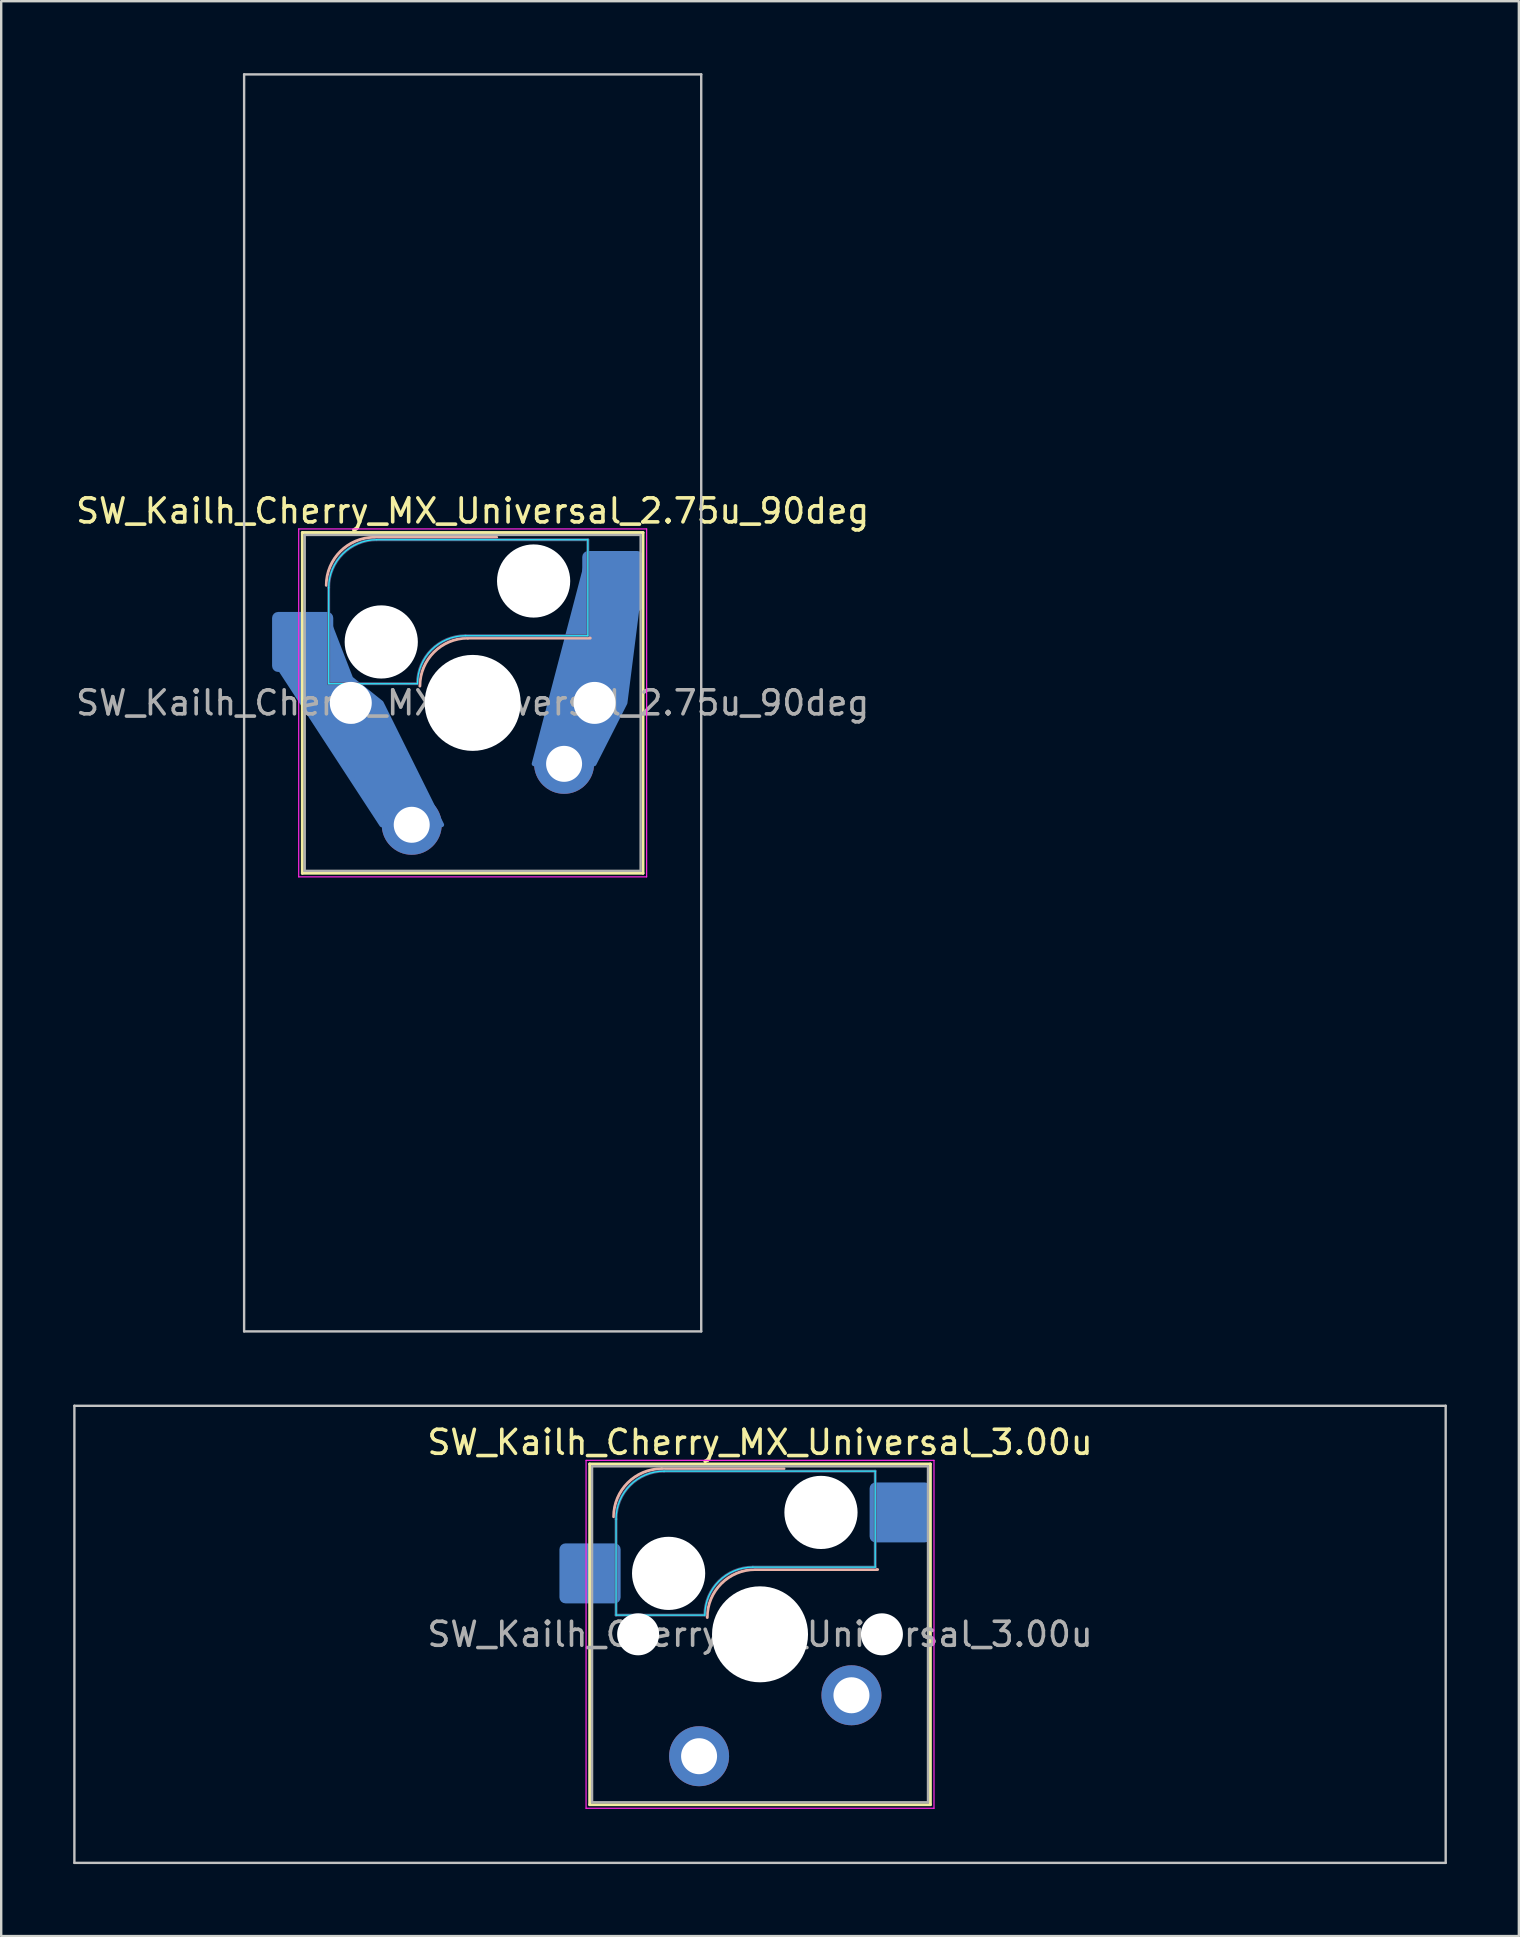
<source format=kicad_pcb>
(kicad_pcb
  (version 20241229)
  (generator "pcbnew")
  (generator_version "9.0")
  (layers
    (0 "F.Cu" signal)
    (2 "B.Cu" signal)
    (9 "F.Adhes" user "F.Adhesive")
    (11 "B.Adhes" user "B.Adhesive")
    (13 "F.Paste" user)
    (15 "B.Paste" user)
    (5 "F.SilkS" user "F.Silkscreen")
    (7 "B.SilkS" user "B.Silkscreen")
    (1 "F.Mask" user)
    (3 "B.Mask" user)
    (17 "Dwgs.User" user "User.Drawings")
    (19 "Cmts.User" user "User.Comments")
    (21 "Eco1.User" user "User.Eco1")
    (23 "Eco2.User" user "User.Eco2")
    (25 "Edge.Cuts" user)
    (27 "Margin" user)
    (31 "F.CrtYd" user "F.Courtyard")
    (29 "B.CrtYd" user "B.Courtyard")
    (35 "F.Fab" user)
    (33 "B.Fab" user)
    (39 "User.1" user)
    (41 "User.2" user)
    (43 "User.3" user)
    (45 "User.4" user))
  (footprint "SW_Kailh_Cherry_MX_Universal_2.75u_90deg"
    (layer "F.Cu")
    (at 16.649 26.244)
    (property "Reference" "SW_Kailh_Cherry_MX_Universal_2.75u_90deg" (at 0 -8 0) (layer "F.SilkS") (effects (font (size 1 1) (thickness 0.15))))
    (attr through_hole)
    (fp_poly (pts (xy 6.867 -4.08) (xy 6.35 0) (xy 5.06 2.54) (xy 2.56 2.54) (xy 4.817 -6.08)) (stroke (width 0.2) (type solid)) (fill yes) (layer "B.Cu"))
    (fp_poly (pts (xy -5.08 -1.015) (xy -3.81 0) (xy -1.29 5.08) (xy -3.79 5.08) (xy -8.11 -1.54) (xy -6.06 -3.54)) (stroke (width 0.2) (type solid)) (fill yes) (layer "B.Cu"))
    (fp_line (start -7.1 -7.1) (end -7.1 7.1) (stroke (width 0.12) (type solid)) (layer "F.SilkS"))
    (fp_line (start -7.1 7.1) (end 7.1 7.1) (stroke (width 0.12) (type solid)) (layer "F.SilkS"))
    (fp_line (start 7.1 -7.1) (end -7.1 -7.1) (stroke (width 0.12) (type solid)) (layer "F.SilkS"))
    (fp_line (start 7.1 7.1) (end 7.1 -7.1) (stroke (width 0.12) (type solid)) (layer "F.SilkS"))
    (fp_line (start -4.1 -6.9) (end 1 -6.9) (stroke (width 0.12) (type solid)) (layer "B.SilkS"))
    (fp_line (start -0.2 -2.7) (end 4.9 -2.7) (stroke (width 0.12) (type solid)) (layer "B.SilkS"))
    (fp_arc (start -6.1 -4.9) (mid -5.514214 -6.314214) (end -4.1 -6.9) (stroke (width 0.12) (type solid)) (layer "B.SilkS"))
    (fp_arc (start -2.2 -0.7) (mid -1.614214 -2.114214) (end -0.2 -2.7) (stroke (width 0.12) (type solid)) (layer "B.SilkS"))
    (fp_line (start -9.525 -26.194) (end 9.525 -26.194) (stroke (width 0.1) (type solid)) (layer "Dwgs.User"))
    (fp_line (start -9.525 26.194) (end -9.525 -26.194) (stroke (width 0.1) (type solid)) (layer "Dwgs.User"))
    (fp_line (start 9.525 -26.194) (end 9.525 26.194) (stroke (width 0.1) (type solid)) (layer "Dwgs.User"))
    (fp_line (start 9.525 26.194) (end -9.525 26.194) (stroke (width 0.1) (type solid)) (layer "Dwgs.User"))
    (fp_line (start -7.8 -6) (end -7 -6) (stroke (width 0.1) (type solid)) (layer "Eco1.User"))
    (fp_line (start -7.8 -2.9) (end -7.8 -6) (stroke (width 0.1) (type solid)) (layer "Eco1.User"))
    (fp_line (start -7.8 2.9) (end -7 2.9) (stroke (width 0.1) (type solid)) (layer "Eco1.User"))
    (fp_line (start -7.8 6) (end -7.8 2.9) (stroke (width 0.1) (type solid)) (layer "Eco1.User"))
    (fp_line (start -7 -7) (end 7 -7) (stroke (width 0.1) (type solid)) (layer "Eco1.User"))
    (fp_line (start -7 -6) (end -7 -7) (stroke (width 0.1) (type solid)) (layer "Eco1.User"))
    (fp_line (start -7 -2.9) (end -7.8 -2.9) (stroke (width 0.1) (type solid)) (layer "Eco1.User"))
    (fp_line (start -7 2.9) (end -7 -2.9) (stroke (width 0.1) (type solid)) (layer "Eco1.User"))
    (fp_line (start -7 6) (end -7.8 6) (stroke (width 0.1) (type solid)) (layer "Eco1.User"))
    (fp_line (start -7 7) (end -7 6) (stroke (width 0.1) (type solid)) (layer "Eco1.User"))
    (fp_line (start 7 -7) (end 7 -6) (stroke (width 0.1) (type solid)) (layer "Eco1.User"))
    (fp_line (start 7 -6) (end 7.8 -6) (stroke (width 0.1) (type solid)) (layer "Eco1.User"))
    (fp_line (start 7 -2.9) (end 7 2.9) (stroke (width 0.1) (type solid)) (layer "Eco1.User"))
    (fp_line (start 7 2.9) (end 7.8 2.9) (stroke (width 0.1) (type solid)) (layer "Eco1.User"))
    (fp_line (start 7 6) (end 7 7) (stroke (width 0.1) (type solid)) (layer "Eco1.User"))
    (fp_line (start 7 7) (end -7 7) (stroke (width 0.1) (type solid)) (layer "Eco1.User"))
    (fp_line (start 7.8 -6) (end 7.8 -2.9) (stroke (width 0.1) (type solid)) (layer "Eco1.User"))
    (fp_line (start 7.8 -2.9) (end 7 -2.9) (stroke (width 0.1) (type solid)) (layer "Eco1.User"))
    (fp_line (start 7.8 2.9) (end 7.8 6) (stroke (width 0.1) (type solid)) (layer "Eco1.User"))
    (fp_line (start 7.8 6) (end 7 6) (stroke (width 0.1) (type solid)) (layer "Eco1.User"))
    (fp_line (start -6 -0.8) (end -6 -4.8) (stroke (width 0.05) (type solid)) (layer "B.CrtYd"))
    (fp_line (start -6 -0.8) (end -2.3 -0.8) (stroke (width 0.05) (type solid)) (layer "B.CrtYd"))
    (fp_line (start -4 -6.8) (end 4.8 -6.8) (stroke (width 0.05) (type solid)) (layer "B.CrtYd"))
    (fp_line (start -0.3 -2.8) (end 4.8 -2.8) (stroke (width 0.05) (type solid)) (layer "B.CrtYd"))
    (fp_line (start 4.8 -6.8) (end 4.8 -2.8) (stroke (width 0.05) (type solid)) (layer "B.CrtYd"))
    (fp_arc (start -6 -4.8) (mid -5.414214 -6.214214) (end -4 -6.8) (stroke (width 0.05) (type solid)) (layer "B.CrtYd"))
    (fp_arc (start -2.3 -0.8) (mid -1.714214 -2.214214) (end -0.3 -2.8) (stroke (width 0.05) (type solid)) (layer "B.CrtYd"))
    (fp_line (start -7.25 -7.25) (end -7.25 7.25) (stroke (width 0.05) (type solid)) (layer "F.CrtYd"))
    (fp_line (start -7.25 7.25) (end 7.25 7.25) (stroke (width 0.05) (type solid)) (layer "F.CrtYd"))
    (fp_line (start 7.25 -7.25) (end -7.25 -7.25) (stroke (width 0.05) (type solid)) (layer "F.CrtYd"))
    (fp_line (start 7.25 7.25) (end 7.25 -7.25) (stroke (width 0.05) (type solid)) (layer "F.CrtYd"))
    (fp_line (start -6 -0.8) (end -6 -4.8) (stroke (width 0.12) (type solid)) (layer "B.Fab"))
    (fp_line (start -6 -0.8) (end -2.3 -0.8) (stroke (width 0.12) (type solid)) (layer "B.Fab"))
    (fp_line (start -4 -6.8) (end 4.8 -6.8) (stroke (width 0.12) (type solid)) (layer "B.Fab"))
    (fp_line (start -0.3 -2.8) (end 4.8 -2.8) (stroke (width 0.12) (type solid)) (layer "B.Fab"))
    (fp_line (start 4.8 -6.8) (end 4.8 -2.8) (stroke (width 0.12) (type solid)) (layer "B.Fab"))
    (fp_arc (start -6 -4.8) (mid -5.414214 -6.214214) (end -4 -6.8) (stroke (width 0.12) (type solid)) (layer "B.Fab"))
    (fp_arc (start -2.3 -0.8) (mid -1.714214 -2.214214) (end -0.3 -2.8) (stroke (width 0.12) (type solid)) (layer "B.Fab"))
    (fp_line (start -7 -7) (end -7 7) (stroke (width 0.1) (type solid)) (layer "F.Fab"))
    (fp_line (start -7 7) (end 7 7) (stroke (width 0.1) (type solid)) (layer "F.Fab"))
    (fp_line (start 7 -7) (end -7 -7) (stroke (width 0.1) (type solid)) (layer "F.Fab"))
    (fp_line (start 7 7) (end 7 -7) (stroke (width 0.1) (type solid)) (layer "F.Fab"))
    (fp_text user "${REFERENCE}" (at 0 0 0) (layer "F.Fab") (effects (font (size 1 1) (thickness 0.15))))
    (pad "" np_thru_hole circle (at -5.08 0) (size 1.75 1.75) (drill 1.75) (layers "*.Cu" "*.Mask"))
    (pad "" np_thru_hole circle (at -3.81 -2.54) (size 3.05 3.05) (drill 3.05) (layers "*.Cu" "*.Mask"))
    (pad "" np_thru_hole circle (at 0 0) (size 4 4) (drill 4) (layers "*.Cu" "*.Mask"))
    (pad "" np_thru_hole circle (at 2.54 -5.08) (size 3.05 3.05) (drill 3.05) (layers "*.Cu" "*.Mask"))
    (pad "" np_thru_hole circle (at 5.08 0) (size 1.75 1.75) (drill 1.75) (layers "*.Cu" "*.Mask"))
    (pad "1" smd roundrect (at -7.085 -2.54) (size 2.55 2.5) (layers "B.Cu" "B.Mask" "B.Paste") (roundrect_rratio 0.1))
    (pad "1" thru_hole circle (at -2.54 5.08) (size 2.5 2.5) (drill 1.5) (layers "*.Cu" "*.Mask"))
    (pad "2" thru_hole circle (at 3.81 2.54) (size 2.5 2.5) (drill 1.5) (layers "*.Cu" "*.Mask"))
    (pad "2" smd roundrect (at 5.842 -5.08) (size 2.55 2.5) (layers "B.Cu" "B.Mask" "B.Paste") (roundrect_rratio 0.1)))
  (footprint "SW_Kailh_Cherry_MX_Universal_3.00u"
    (layer "F.Cu")
    (at 28.625 65.062)
    (property "Reference" "SW_Kailh_Cherry_MX_Universal_3.00u" (at 0 -8 0) (layer "F.SilkS") (effects (font (size 1 1) (thickness 0.15))))
    (attr through_hole)
    (fp_line (start -7.1 -7.1) (end -7.1 7.1) (stroke (width 0.12) (type solid)) (layer "F.SilkS"))
    (fp_line (start -7.1 7.1) (end 7.1 7.1) (stroke (width 0.12) (type solid)) (layer "F.SilkS"))
    (fp_line (start 7.1 -7.1) (end -7.1 -7.1) (stroke (width 0.12) (type solid)) (layer "F.SilkS"))
    (fp_line (start 7.1 7.1) (end 7.1 -7.1) (stroke (width 0.12) (type solid)) (layer "F.SilkS"))
    (fp_line (start -4.1 -6.9) (end 1 -6.9) (stroke (width 0.12) (type solid)) (layer "B.SilkS"))
    (fp_line (start -0.2 -2.7) (end 4.9 -2.7) (stroke (width 0.12) (type solid)) (layer "B.SilkS"))
    (fp_arc (start -6.1 -4.9) (mid -5.514214 -6.314214) (end -4.1 -6.9) (stroke (width 0.12) (type solid)) (layer "B.SilkS"))
    (fp_arc (start -2.2 -0.7) (mid -1.614214 -2.114214) (end -0.2 -2.7) (stroke (width 0.12) (type solid)) (layer "B.SilkS"))
    (fp_line (start -28.575 -9.525) (end -28.575 9.525) (stroke (width 0.1) (type solid)) (layer "Dwgs.User"))
    (fp_line (start -28.575 9.525) (end 28.575 9.525) (stroke (width 0.1) (type solid)) (layer "Dwgs.User"))
    (fp_line (start 28.575 -9.525) (end -28.575 -9.525) (stroke (width 0.1) (type solid)) (layer "Dwgs.User"))
    (fp_line (start 28.575 9.525) (end 28.575 -9.525) (stroke (width 0.1) (type solid)) (layer "Dwgs.User"))
    (fp_line (start -7.8 -6) (end -7 -6) (stroke (width 0.1) (type solid)) (layer "Eco1.User"))
    (fp_line (start -7.8 -2.9) (end -7.8 -6) (stroke (width 0.1) (type solid)) (layer "Eco1.User"))
    (fp_line (start -7.8 2.9) (end -7 2.9) (stroke (width 0.1) (type solid)) (layer "Eco1.User"))
    (fp_line (start -7.8 6) (end -7.8 2.9) (stroke (width 0.1) (type solid)) (layer "Eco1.User"))
    (fp_line (start -7 -7) (end 7 -7) (stroke (width 0.1) (type solid)) (layer "Eco1.User"))
    (fp_line (start -7 -6) (end -7 -7) (stroke (width 0.1) (type solid)) (layer "Eco1.User"))
    (fp_line (start -7 -2.9) (end -7.8 -2.9) (stroke (width 0.1) (type solid)) (layer "Eco1.User"))
    (fp_line (start -7 2.9) (end -7 -2.9) (stroke (width 0.1) (type solid)) (layer "Eco1.User"))
    (fp_line (start -7 6) (end -7.8 6) (stroke (width 0.1) (type solid)) (layer "Eco1.User"))
    (fp_line (start -7 7) (end -7 6) (stroke (width 0.1) (type solid)) (layer "Eco1.User"))
    (fp_line (start 7 -7) (end 7 -6) (stroke (width 0.1) (type solid)) (layer "Eco1.User"))
    (fp_line (start 7 -6) (end 7.8 -6) (stroke (width 0.1) (type solid)) (layer "Eco1.User"))
    (fp_line (start 7 -2.9) (end 7 2.9) (stroke (width 0.1) (type solid)) (layer "Eco1.User"))
    (fp_line (start 7 2.9) (end 7.8 2.9) (stroke (width 0.1) (type solid)) (layer "Eco1.User"))
    (fp_line (start 7 6) (end 7 7) (stroke (width 0.1) (type solid)) (layer "Eco1.User"))
    (fp_line (start 7 7) (end -7 7) (stroke (width 0.1) (type solid)) (layer "Eco1.User"))
    (fp_line (start 7.8 -6) (end 7.8 -2.9) (stroke (width 0.1) (type solid)) (layer "Eco1.User"))
    (fp_line (start 7.8 -2.9) (end 7 -2.9) (stroke (width 0.1) (type solid)) (layer "Eco1.User"))
    (fp_line (start 7.8 2.9) (end 7.8 6) (stroke (width 0.1) (type solid)) (layer "Eco1.User"))
    (fp_line (start 7.8 6) (end 7 6) (stroke (width 0.1) (type solid)) (layer "Eco1.User"))
    (fp_line (start -6 -0.8) (end -6 -4.8) (stroke (width 0.05) (type solid)) (layer "B.CrtYd"))
    (fp_line (start -6 -0.8) (end -2.3 -0.8) (stroke (width 0.05) (type solid)) (layer "B.CrtYd"))
    (fp_line (start -4 -6.8) (end 4.8 -6.8) (stroke (width 0.05) (type solid)) (layer "B.CrtYd"))
    (fp_line (start -0.3 -2.8) (end 4.8 -2.8) (stroke (width 0.05) (type solid)) (layer "B.CrtYd"))
    (fp_line (start 4.8 -6.8) (end 4.8 -2.8) (stroke (width 0.05) (type solid)) (layer "B.CrtYd"))
    (fp_arc (start -6 -4.8) (mid -5.414214 -6.214214) (end -4 -6.8) (stroke (width 0.05) (type solid)) (layer "B.CrtYd"))
    (fp_arc (start -2.3 -0.8) (mid -1.714214 -2.214214) (end -0.3 -2.8) (stroke (width 0.05) (type solid)) (layer "B.CrtYd"))
    (fp_line (start -7.25 -7.25) (end -7.25 7.25) (stroke (width 0.05) (type solid)) (layer "F.CrtYd"))
    (fp_line (start -7.25 7.25) (end 7.25 7.25) (stroke (width 0.05) (type solid)) (layer "F.CrtYd"))
    (fp_line (start 7.25 -7.25) (end -7.25 -7.25) (stroke (width 0.05) (type solid)) (layer "F.CrtYd"))
    (fp_line (start 7.25 7.25) (end 7.25 -7.25) (stroke (width 0.05) (type solid)) (layer "F.CrtYd"))
    (fp_line (start -6 -0.8) (end -6 -4.8) (stroke (width 0.12) (type solid)) (layer "B.Fab"))
    (fp_line (start -6 -0.8) (end -2.3 -0.8) (stroke (width 0.12) (type solid)) (layer "B.Fab"))
    (fp_line (start -4 -6.8) (end 4.8 -6.8) (stroke (width 0.12) (type solid)) (layer "B.Fab"))
    (fp_line (start -0.3 -2.8) (end 4.8 -2.8) (stroke (width 0.12) (type solid)) (layer "B.Fab"))
    (fp_line (start 4.8 -6.8) (end 4.8 -2.8) (stroke (width 0.12) (type solid)) (layer "B.Fab"))
    (fp_arc (start -6 -4.8) (mid -5.414214 -6.214214) (end -4 -6.8) (stroke (width 0.12) (type solid)) (layer "B.Fab"))
    (fp_arc (start -2.3 -0.8) (mid -1.714214 -2.214214) (end -0.3 -2.8) (stroke (width 0.12) (type solid)) (layer "B.Fab"))
    (fp_line (start -7 -7) (end -7 7) (stroke (width 0.1) (type solid)) (layer "F.Fab"))
    (fp_line (start -7 7) (end 7 7) (stroke (width 0.1) (type solid)) (layer "F.Fab"))
    (fp_line (start 7 -7) (end -7 -7) (stroke (width 0.1) (type solid)) (layer "F.Fab"))
    (fp_line (start 7 7) (end 7 -7) (stroke (width 0.1) (type solid)) (layer "F.Fab"))
    (fp_text user "${REFERENCE}" (at 0 0 0) (layer "F.Fab") (effects (font (size 1 1) (thickness 0.15))))
    (pad "" np_thru_hole circle (at -5.08 0) (size 1.75 1.75) (drill 1.75) (layers "*.Cu" "*.Mask"))
    (pad "" np_thru_hole circle (at -3.81 -2.54) (size 3.05 3.05) (drill 3.05) (layers "*.Cu" "*.Mask"))
    (pad "" np_thru_hole circle (at 0 0) (size 4 4) (drill 4) (layers "*.Cu" "*.Mask"))
    (pad "" np_thru_hole circle (at 2.54 -5.08) (size 3.05 3.05) (drill 3.05) (layers "*.Cu" "*.Mask"))
    (pad "" np_thru_hole circle (at 5.08 0) (size 1.75 1.75) (drill 1.75) (layers "*.Cu" "*.Mask"))
    (pad "1" smd roundrect (at -7.085 -2.54) (size 2.55 2.5) (layers "B.Cu" "B.Mask" "B.Paste") (roundrect_rratio 0.1))
    (pad "1" thru_hole circle (at -2.54 5.08) (size 2.5 2.5) (drill 1.5) (layers "*.Cu" "*.Mask"))
    (pad "2" thru_hole circle (at 3.81 2.54) (size 2.5 2.5) (drill 1.5) (layers "*.Cu" "*.Mask"))
    (pad "2" smd roundrect (at 5.842 -5.08) (size 2.55 2.5) (layers "B.Cu" "B.Mask" "B.Paste") (roundrect_rratio 0.1)))
  (gr_rect
    (start -3 -3)
    (end 60.25 77.638)
    (stroke (width 0.1) (type default))
    (fill no)
    (layer "Edge.Cuts")))
</source>
